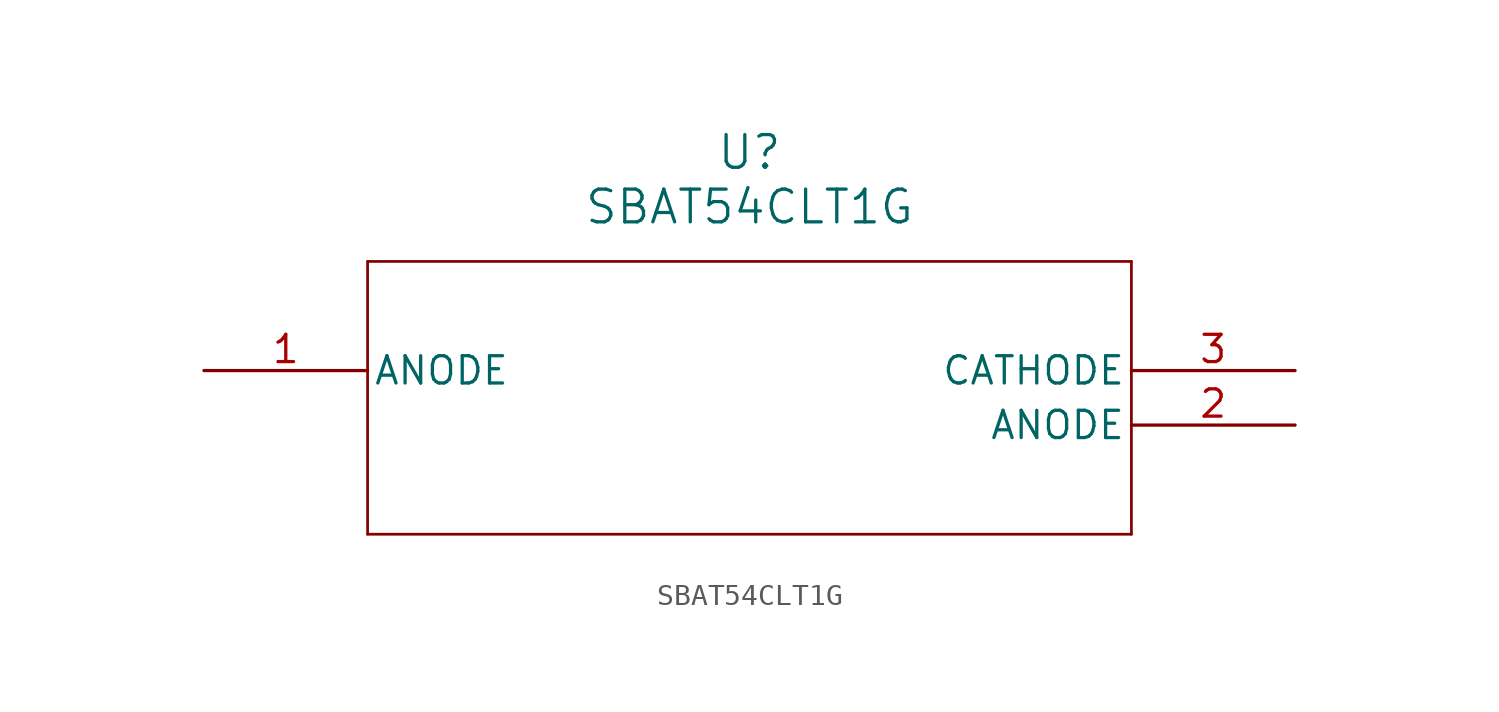
<source format=kicad_sym>
(kicad_symbol_lib
  (version 20211014)
  (generator kicad_symbol_editor)
  (symbol "SBAT54CLT1G"
    (pin_names
      (offset 0.254))
    (property "Reference" "U"
      (at 25.4 10.16 0)
      (effects (font (size 1.524 1.524))))
    (property "Value" "SBAT54CLT1G"
      (at 25.4 7.62 0)
      (effects (font (size 1.524 1.524))))
    (symbol "SBAT54CLT1G_0_1"
      (polyline (pts (xy 7.62 5.08) (xy 7.62 -7.62)) (stroke (width 0.127) (type default) (color 0 0 0 0)) (fill (type none)))
      (polyline (pts (xy 7.62 -7.62) (xy 43.18 -7.62)) (stroke (width 0.127) (type default) (color 0 0 0 0)) (fill (type none)))
      (polyline (pts (xy 43.18 -7.62) (xy 43.18 5.08)) (stroke (width 0.127) (type default) (color 0 0 0 0)) (fill (type none)))
      (polyline (pts (xy 43.18 5.08) (xy 7.62 5.08)) (stroke (width 0.127) (type default) (color 0 0 0 0)) (fill (type none)))
      (pin unspecified line (at 0 0 0) (length 7.62) (name "ANODE" (effects (font (size 1.27 1.27)))) (number "1" (effects (font (size 1.27 1.27)))))
      (pin unspecified line (at 50.8 -2.54 180) (length 7.62) (name "ANODE" (effects (font (size 1.27 1.27)))) (number "2" (effects (font (size 1.27 1.27)))))
      (pin unspecified line (at 50.8 0 180) (length 7.62) (name "CATHODE" (effects (font (size 1.27 1.27)))) (number "3" (effects (font (size 1.27 1.27))))))))
</source>
